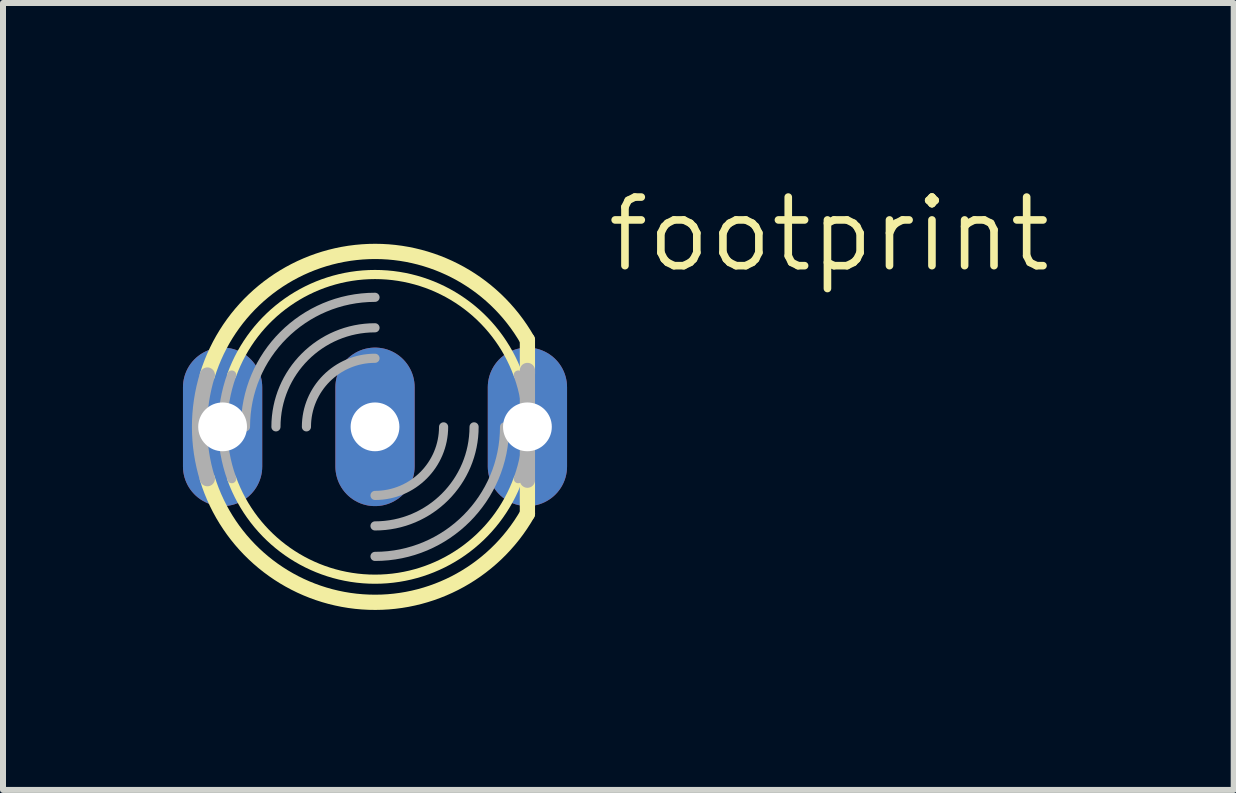
<source format=kicad_pcb>
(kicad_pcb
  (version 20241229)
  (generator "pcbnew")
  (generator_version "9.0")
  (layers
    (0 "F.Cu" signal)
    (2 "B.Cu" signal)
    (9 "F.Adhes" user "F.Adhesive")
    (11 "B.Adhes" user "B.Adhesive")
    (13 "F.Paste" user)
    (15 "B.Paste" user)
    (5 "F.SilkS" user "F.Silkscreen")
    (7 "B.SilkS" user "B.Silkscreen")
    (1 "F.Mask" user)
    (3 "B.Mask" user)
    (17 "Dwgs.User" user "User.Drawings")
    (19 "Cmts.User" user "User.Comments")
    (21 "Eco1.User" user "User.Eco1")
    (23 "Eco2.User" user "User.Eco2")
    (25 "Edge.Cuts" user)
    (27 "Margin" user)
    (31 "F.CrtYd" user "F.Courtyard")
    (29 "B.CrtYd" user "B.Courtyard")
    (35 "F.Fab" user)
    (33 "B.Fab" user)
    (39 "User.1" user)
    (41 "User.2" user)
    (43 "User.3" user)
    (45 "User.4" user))
  (footprint "footprint"
    (layer "F.Cu")
    (at 3.2 4.064)
    (property "Reference" "footprint" (at 3.81 -2.54 0) (layer "F.SilkS") (effects (font (size 1.143 1.143) (thickness 0.127)) (justify left bottom)))
    (fp_line (start 2.54 -1.448) (end 2.54 -0.889) (stroke (width 0.254) (type solid)) (layer "F.SilkS"))
    (fp_line (start 2.54 0.889) (end 2.54 1.448) (stroke (width 0.254) (type solid)) (layer "F.SilkS"))
    (fp_arc (start -2.7933 -0.8634) (mid -0.3185 -2.906455) (end 2.540001 -1.447798) (stroke (width 0.254) (type solid)) (layer "F.SilkS"))
    (fp_arc (start -2.3876 -0.8636) (mid 0 -2.538984) (end 2.3876 -0.8636) (stroke (width 0.1524) (type solid)) (layer "F.SilkS"))
    (fp_arc (start 2.3876 0.8636) (mid 0 2.538984) (end -2.3876 0.8636) (stroke (width 0.1524) (type solid)) (layer "F.SilkS"))
    (fp_arc (start 2.540698 1.448201) (mid -0.318535 2.906916) (end -2.794 0.8636) (stroke (width 0.254) (type solid)) (layer "F.SilkS"))
    (fp_line (start 2.54 -0.94) (end 2.54 0.889) (stroke (width 0.254) (type solid)) (layer "F.Fab"))
    (fp_arc (start -2.794 0.8636) (mid -2.924421 0) (end -2.794 -0.8636) (stroke (width 0.254) (type solid)) (layer "F.Fab"))
    (fp_arc (start -2.3876 0.8636) (mid -2.538984 0) (end -2.3876 -0.8636) (stroke (width 0.1524) (type solid)) (layer "F.Fab"))
    (fp_arc (start -2.159 0) (mid -1.526644 -1.526644) (end 0 -2.159) (stroke (width 0.1524) (type solid)) (layer "F.Fab"))
    (fp_arc (start -1.651 0) (mid -1.167433 -1.167433) (end 0 -1.651) (stroke (width 0.1524) (type solid)) (layer "F.Fab"))
    (fp_arc (start -1.143 0) (mid -0.808223 -0.808223) (end 0 -1.143) (stroke (width 0.1524) (type solid)) (layer "F.Fab"))
    (fp_arc (start 1.143 0) (mid 0.808223 0.808223) (end 0 1.143) (stroke (width 0.1524) (type solid)) (layer "F.Fab"))
    (fp_arc (start 1.651 0) (mid 1.167433 1.167433) (end 0 1.651) (stroke (width 0.1524) (type solid)) (layer "F.Fab"))
    (fp_arc (start 2.159 0) (mid 1.526644 1.526644) (end 0 2.159) (stroke (width 0.1524) (type solid)) (layer "F.Fab"))
    (fp_arc (start 2.3876 -0.8636) (mid 2.538984 0) (end 2.3876 0.8636) (stroke (width 0.1524) (type solid)) (layer "F.Fab"))
    (pad "AR" thru_hole oval (at 2.54 0 90) (size 2.642 1.321) (drill 0.813) (layers "*.Cu" "*.Mask"))
    (pad "AX" thru_hole oval (at -2.54 0 90) (size 2.642 1.321) (drill 0.813) (layers "*.Cu" "*.Mask"))
    (pad "C" thru_hole oval (at 0 0 90) (size 2.642 1.321) (drill 0.813) (layers "*.Cu" "*.Mask")))
  (gr_rect
    (start -3 -3)
    (end 17.511 10.115)
    (stroke (width 0.1) (type default))
    (fill no)
    (layer "Edge.Cuts")))
</source>
